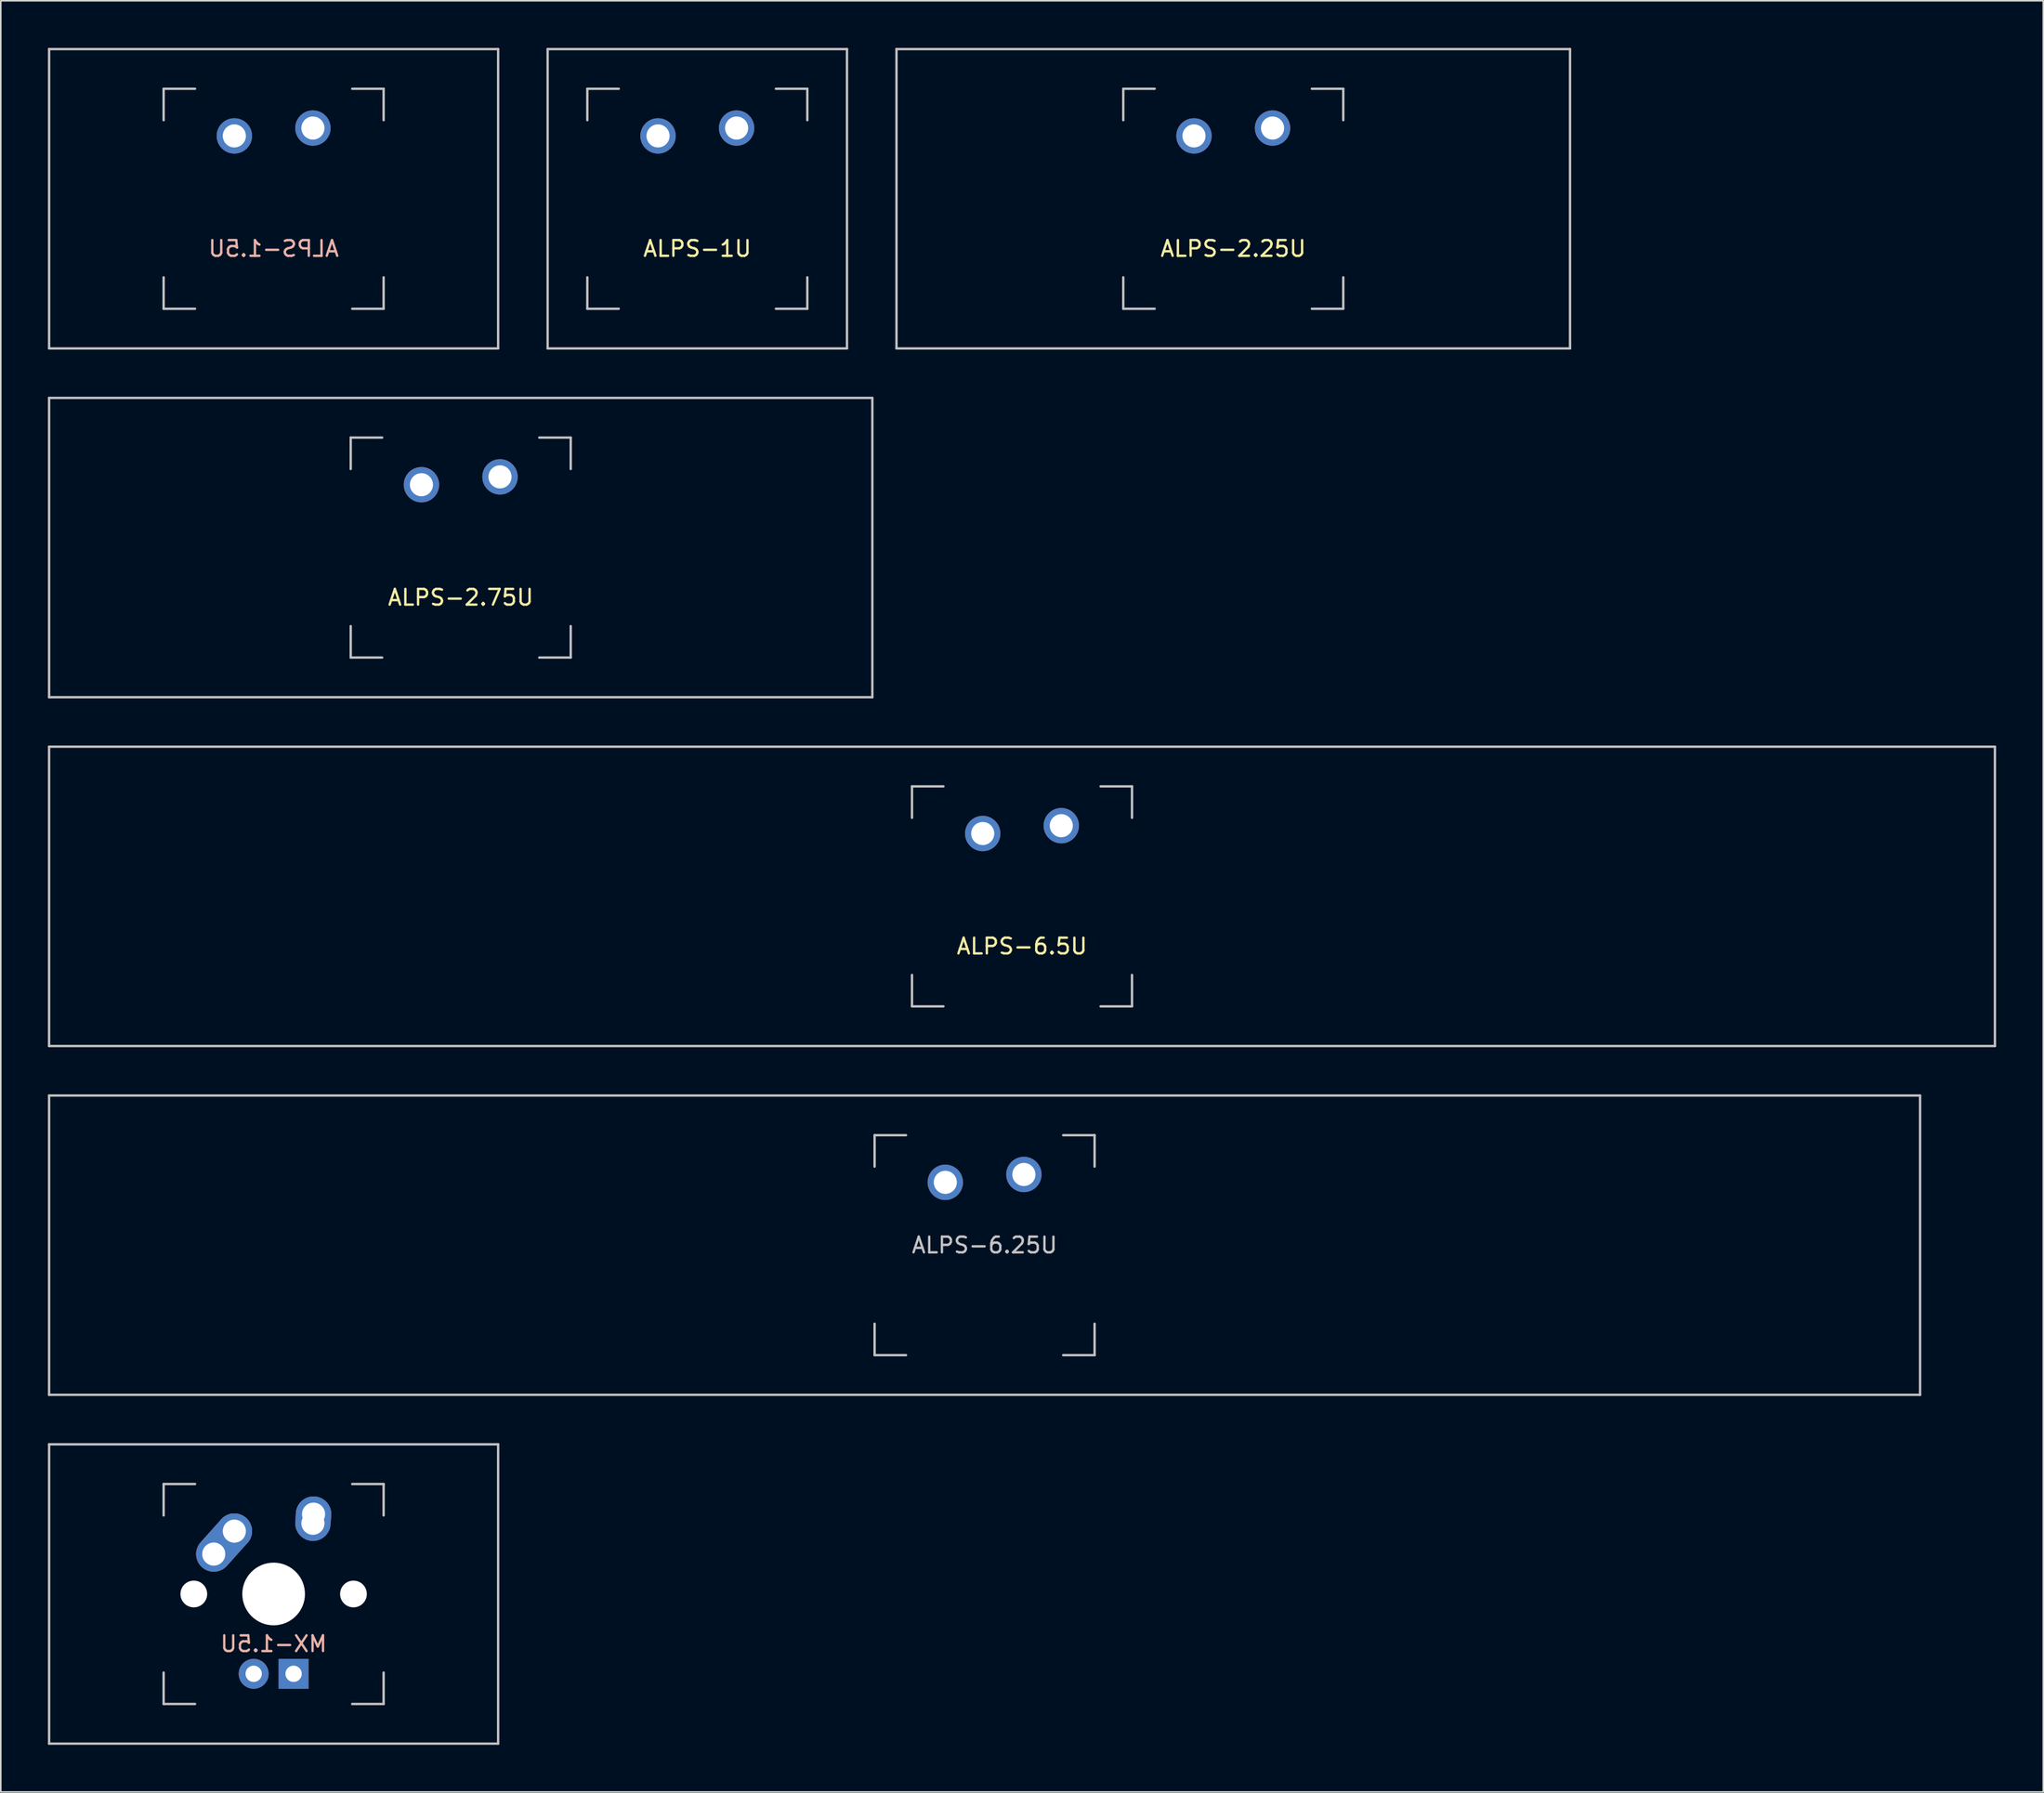
<source format=kicad_pcb>
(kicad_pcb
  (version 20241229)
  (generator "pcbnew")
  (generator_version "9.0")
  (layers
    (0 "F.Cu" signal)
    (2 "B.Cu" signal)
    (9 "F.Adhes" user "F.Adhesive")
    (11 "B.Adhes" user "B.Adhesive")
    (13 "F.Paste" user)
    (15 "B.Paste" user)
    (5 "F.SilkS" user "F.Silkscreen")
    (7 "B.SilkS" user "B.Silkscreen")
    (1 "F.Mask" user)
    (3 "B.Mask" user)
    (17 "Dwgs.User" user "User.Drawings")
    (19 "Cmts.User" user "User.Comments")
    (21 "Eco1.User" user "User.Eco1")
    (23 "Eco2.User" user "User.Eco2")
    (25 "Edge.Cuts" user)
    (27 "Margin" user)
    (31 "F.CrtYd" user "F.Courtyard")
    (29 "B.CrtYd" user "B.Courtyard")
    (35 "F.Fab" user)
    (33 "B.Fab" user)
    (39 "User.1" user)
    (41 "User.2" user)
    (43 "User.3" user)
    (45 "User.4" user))
  (footprint "ALPS-6.25U"
    (layer "F.Cu")
    (at 59.606 76.2)
    (property "Reference" "ALPS-6.25U" (at 0 0 0) (layer "Dwgs.User") (effects (font (size 1 1) (thickness 0.15))))
    (attr through_hole)
    (fp_line (start -59.531 -9.525) (end 59.531 -9.525) (stroke (width 0.15) (type solid)) (layer "Dwgs.User"))
    (fp_line (start -59.531 9.525) (end -59.531 -9.525) (stroke (width 0.15) (type solid)) (layer "Dwgs.User"))
    (fp_line (start -59.531 9.525) (end 59.531 9.525) (stroke (width 0.15) (type solid)) (layer "Dwgs.User"))
    (fp_line (start -7 -7) (end -7 -5) (stroke (width 0.15) (type solid)) (layer "Dwgs.User"))
    (fp_line (start -7 5) (end -7 7) (stroke (width 0.15) (type solid)) (layer "Dwgs.User"))
    (fp_line (start -7 7) (end -5 7) (stroke (width 0.15) (type solid)) (layer "Dwgs.User"))
    (fp_line (start -5 -7) (end -7 -7) (stroke (width 0.15) (type solid)) (layer "Dwgs.User"))
    (fp_line (start 5 -7) (end 7 -7) (stroke (width 0.15) (type solid)) (layer "Dwgs.User"))
    (fp_line (start 5 7) (end 7 7) (stroke (width 0.15) (type solid)) (layer "Dwgs.User"))
    (fp_line (start 7 -7) (end 7 -5) (stroke (width 0.15) (type solid)) (layer "Dwgs.User"))
    (fp_line (start 7 7) (end 7 5) (stroke (width 0.15) (type solid)) (layer "Dwgs.User"))
    (fp_line (start 59.531 -9.525) (end 59.531 9.525) (stroke (width 0.15) (type solid)) (layer "Dwgs.User"))
    (pad "1" thru_hole circle (at -2.5 -4) (size 2.25 2.25) (drill 1.47) (layers "*.Cu" "B.Mask"))
    (pad "2" thru_hole circle (at 2.5 -4.5) (size 2.25 2.25) (drill 1.47) (layers "*.Cu" "B.Mask")))
  (footprint "ALPS-1.5U"
    (layer "F.Cu")
    (at 14.363 9.6)
    (property "Reference" "ALPS-1.5U" (at 0 3.175 0) (layer "B.SilkS") (effects (font (size 1 1) (thickness 0.15)) (justify mirror)))
    (attr through_hole)
    (fp_line (start -14.287 -9.525) (end 14.287 -9.525) (stroke (width 0.15) (type solid)) (layer "Dwgs.User"))
    (fp_line (start -14.287 9.525) (end -14.287 -9.525) (stroke (width 0.15) (type solid)) (layer "Dwgs.User"))
    (fp_line (start -14.287 9.525) (end 14.287 9.525) (stroke (width 0.15) (type solid)) (layer "Dwgs.User"))
    (fp_line (start -7 -7) (end -7 -5) (stroke (width 0.15) (type solid)) (layer "Dwgs.User"))
    (fp_line (start -7 5) (end -7 7) (stroke (width 0.15) (type solid)) (layer "Dwgs.User"))
    (fp_line (start -7 7) (end -5 7) (stroke (width 0.15) (type solid)) (layer "Dwgs.User"))
    (fp_line (start -5 -7) (end -7 -7) (stroke (width 0.15) (type solid)) (layer "Dwgs.User"))
    (fp_line (start 5 -7) (end 7 -7) (stroke (width 0.15) (type solid)) (layer "Dwgs.User"))
    (fp_line (start 5 7) (end 7 7) (stroke (width 0.15) (type solid)) (layer "Dwgs.User"))
    (fp_line (start 7 -7) (end 7 -5) (stroke (width 0.15) (type solid)) (layer "Dwgs.User"))
    (fp_line (start 7 7) (end 7 5) (stroke (width 0.15) (type solid)) (layer "Dwgs.User"))
    (fp_line (start 14.287 -9.525) (end 14.287 9.525) (stroke (width 0.15) (type solid)) (layer "Dwgs.User"))
    (pad "1" thru_hole circle (at -2.5 -4) (size 2.25 2.25) (drill 1.47) (layers "*.Cu" "*.Mask"))
    (pad "2" thru_hole circle (at 2.5 -4.5) (size 2.25 2.25) (drill 1.47) (layers "*.Cu" "*.Mask")))
  (footprint "ALPS-2.25U"
    (layer "F.Cu")
    (at 75.431 9.6)
    (property "Reference" "ALPS-2.25U" (at 0 3.175 0) (layer "F.SilkS") (effects (font (size 1 1) (thickness 0.15))))
    (attr through_hole)
    (fp_line (start -21.431 -9.525) (end 21.431 -9.525) (stroke (width 0.15) (type solid)) (layer "Dwgs.User"))
    (fp_line (start -21.431 9.525) (end -21.431 -9.525) (stroke (width 0.15) (type solid)) (layer "Dwgs.User"))
    (fp_line (start -21.431 9.525) (end 21.431 9.525) (stroke (width 0.15) (type solid)) (layer "Dwgs.User"))
    (fp_line (start -7 -7) (end -7 -5) (stroke (width 0.15) (type solid)) (layer "Dwgs.User"))
    (fp_line (start -7 5) (end -7 7) (stroke (width 0.15) (type solid)) (layer "Dwgs.User"))
    (fp_line (start -7 7) (end -5 7) (stroke (width 0.15) (type solid)) (layer "Dwgs.User"))
    (fp_line (start -5 -7) (end -7 -7) (stroke (width 0.15) (type solid)) (layer "Dwgs.User"))
    (fp_line (start 5 -7) (end 7 -7) (stroke (width 0.15) (type solid)) (layer "Dwgs.User"))
    (fp_line (start 5 7) (end 7 7) (stroke (width 0.15) (type solid)) (layer "Dwgs.User"))
    (fp_line (start 7 -7) (end 7 -5) (stroke (width 0.15) (type solid)) (layer "Dwgs.User"))
    (fp_line (start 7 7) (end 7 5) (stroke (width 0.15) (type solid)) (layer "Dwgs.User"))
    (fp_line (start 21.431 -9.525) (end 21.431 9.525) (stroke (width 0.15) (type solid)) (layer "Dwgs.User"))
    (pad "1" thru_hole circle (at -2.5 -4) (size 2.25 2.25) (drill 1.47) (layers "*.Cu" "*.Mask"))
    (pad "2" thru_hole circle (at 2.5 -4.5) (size 2.25 2.25) (drill 1.47) (layers "*.Cu" "*.Mask")))
  (footprint "ALPS-1U"
    (layer "F.Cu")
    (at 41.325 9.6)
    (property "Reference" "ALPS-1U" (at 0 3.175 0) (layer "F.SilkS") (effects (font (size 1 1) (thickness 0.15))))
    (attr through_hole)
    (fp_line (start -9.525 -9.525) (end 9.525 -9.525) (stroke (width 0.15) (type solid)) (layer "Dwgs.User"))
    (fp_line (start -9.525 9.525) (end -9.525 -9.525) (stroke (width 0.15) (type solid)) (layer "Dwgs.User"))
    (fp_line (start -9.525 9.525) (end 9.525 9.525) (stroke (width 0.15) (type solid)) (layer "Dwgs.User"))
    (fp_line (start -7 -7) (end -7 -5) (stroke (width 0.15) (type solid)) (layer "Dwgs.User"))
    (fp_line (start -7 5) (end -7 7) (stroke (width 0.15) (type solid)) (layer "Dwgs.User"))
    (fp_line (start -7 7) (end -5 7) (stroke (width 0.15) (type solid)) (layer "Dwgs.User"))
    (fp_line (start -5 -7) (end -7 -7) (stroke (width 0.15) (type solid)) (layer "Dwgs.User"))
    (fp_line (start 5 -7) (end 7 -7) (stroke (width 0.15) (type solid)) (layer "Dwgs.User"))
    (fp_line (start 5 7) (end 7 7) (stroke (width 0.15) (type solid)) (layer "Dwgs.User"))
    (fp_line (start 7 -7) (end 7 -5) (stroke (width 0.15) (type solid)) (layer "Dwgs.User"))
    (fp_line (start 7 7) (end 7 5) (stroke (width 0.15) (type solid)) (layer "Dwgs.User"))
    (fp_line (start 9.525 -9.525) (end 9.525 9.525) (stroke (width 0.15) (type solid)) (layer "Dwgs.User"))
    (pad "1" thru_hole circle (at -2.5 -4) (size 2.25 2.25) (drill 1.47) (layers "*.Cu" "*.Mask"))
    (pad "2" thru_hole circle (at 2.5 -4.5) (size 2.25 2.25) (drill 1.47) (layers "*.Cu" "*.Mask")))
  (footprint "ALPS-6.5U"
    (layer "F.Cu")
    (at 61.987 54)
    (property "Reference" "ALPS-6.5U" (at 0 3.175 0) (layer "F.SilkS") (effects (font (size 1 1) (thickness 0.15))))
    (attr through_hole)
    (fp_line (start -61.913 -9.525) (end 61.913 -9.525) (stroke (width 0.15) (type solid)) (layer "Dwgs.User"))
    (fp_line (start -61.913 9.525) (end -61.913 -9.525) (stroke (width 0.15) (type solid)) (layer "Dwgs.User"))
    (fp_line (start -61.913 9.525) (end 61.913 9.525) (stroke (width 0.15) (type solid)) (layer "Dwgs.User"))
    (fp_line (start -7 -7) (end -7 -5) (stroke (width 0.15) (type solid)) (layer "Dwgs.User"))
    (fp_line (start -7 5) (end -7 7) (stroke (width 0.15) (type solid)) (layer "Dwgs.User"))
    (fp_line (start -7 7) (end -5 7) (stroke (width 0.15) (type solid)) (layer "Dwgs.User"))
    (fp_line (start -5 -7) (end -7 -7) (stroke (width 0.15) (type solid)) (layer "Dwgs.User"))
    (fp_line (start 5 -7) (end 7 -7) (stroke (width 0.15) (type solid)) (layer "Dwgs.User"))
    (fp_line (start 5 7) (end 7 7) (stroke (width 0.15) (type solid)) (layer "Dwgs.User"))
    (fp_line (start 7 -7) (end 7 -5) (stroke (width 0.15) (type solid)) (layer "Dwgs.User"))
    (fp_line (start 7 7) (end 7 5) (stroke (width 0.15) (type solid)) (layer "Dwgs.User"))
    (fp_line (start 61.913 -9.525) (end 61.913 9.525) (stroke (width 0.15) (type solid)) (layer "Dwgs.User"))
    (pad "1" thru_hole circle (at -2.5 -4) (size 2.25 2.25) (drill 1.47) (layers "*.Cu" "*.Mask"))
    (pad "2" thru_hole circle (at 2.5 -4.5) (size 2.25 2.25) (drill 1.47) (layers "*.Cu" "*.Mask")))
  (footprint "ALPS-2.75U"
    (layer "F.Cu")
    (at 26.269 31.8)
    (property "Reference" "ALPS-2.75U" (at 0 3.175 0) (layer "F.SilkS") (effects (font (size 1 1) (thickness 0.15))))
    (attr through_hole)
    (fp_line (start -26.194 -9.525) (end 26.194 -9.525) (stroke (width 0.15) (type solid)) (layer "Dwgs.User"))
    (fp_line (start -26.194 9.525) (end -26.194 -9.525) (stroke (width 0.15) (type solid)) (layer "Dwgs.User"))
    (fp_line (start -26.194 9.525) (end 26.194 9.525) (stroke (width 0.15) (type solid)) (layer "Dwgs.User"))
    (fp_line (start -7 -7) (end -7 -5) (stroke (width 0.15) (type solid)) (layer "Dwgs.User"))
    (fp_line (start -7 5) (end -7 7) (stroke (width 0.15) (type solid)) (layer "Dwgs.User"))
    (fp_line (start -7 7) (end -5 7) (stroke (width 0.15) (type solid)) (layer "Dwgs.User"))
    (fp_line (start -5 -7) (end -7 -7) (stroke (width 0.15) (type solid)) (layer "Dwgs.User"))
    (fp_line (start 5 -7) (end 7 -7) (stroke (width 0.15) (type solid)) (layer "Dwgs.User"))
    (fp_line (start 5 7) (end 7 7) (stroke (width 0.15) (type solid)) (layer "Dwgs.User"))
    (fp_line (start 7 -7) (end 7 -5) (stroke (width 0.15) (type solid)) (layer "Dwgs.User"))
    (fp_line (start 7 7) (end 7 5) (stroke (width 0.15) (type solid)) (layer "Dwgs.User"))
    (fp_line (start 26.194 -9.525) (end 26.194 9.525) (stroke (width 0.15) (type solid)) (layer "Dwgs.User"))
    (pad "1" thru_hole circle (at -2.5 -4) (size 2.25 2.25) (drill 1.47) (layers "*.Cu" "*.Mask"))
    (pad "2" thru_hole circle (at 2.5 -4.5) (size 2.25 2.25) (drill 1.47) (layers "*.Cu" "*.Mask")))
  (footprint "MX-1.5U"
    (layer "F.Cu")
    (at 14.363 98.4)
    (property "Reference" "MX-1.5U" (at 0 3.175 0) (layer "B.SilkS") (effects (font (size 1 1) (thickness 0.15)) (justify mirror)))
    (attr through_hole)
    (fp_line (start -14.287 -9.525) (end 14.287 -9.525) (stroke (width 0.15) (type solid)) (layer "Dwgs.User"))
    (fp_line (start -14.287 9.525) (end -14.287 -9.525) (stroke (width 0.15) (type solid)) (layer "Dwgs.User"))
    (fp_line (start -14.287 9.525) (end 14.287 9.525) (stroke (width 0.15) (type solid)) (layer "Dwgs.User"))
    (fp_line (start -7 -7) (end -7 -5) (stroke (width 0.15) (type solid)) (layer "Dwgs.User"))
    (fp_line (start -7 5) (end -7 7) (stroke (width 0.15) (type solid)) (layer "Dwgs.User"))
    (fp_line (start -7 7) (end -5 7) (stroke (width 0.15) (type solid)) (layer "Dwgs.User"))
    (fp_line (start -5 -7) (end -7 -7) (stroke (width 0.15) (type solid)) (layer "Dwgs.User"))
    (fp_line (start 5 -7) (end 7 -7) (stroke (width 0.15) (type solid)) (layer "Dwgs.User"))
    (fp_line (start 5 7) (end 7 7) (stroke (width 0.15) (type solid)) (layer "Dwgs.User"))
    (fp_line (start 7 -7) (end 7 -5) (stroke (width 0.15) (type solid)) (layer "Dwgs.User"))
    (fp_line (start 7 7) (end 7 5) (stroke (width 0.15) (type solid)) (layer "Dwgs.User"))
    (fp_line (start 14.287 -9.525) (end 14.287 9.525) (stroke (width 0.15) (type solid)) (layer "Dwgs.User"))
    (pad "" np_thru_hole circle (at -5.08 0 48.1) (size 1.702 1.702) (drill 1.702) (layers "*.Cu" "*.Mask"))
    (pad "" np_thru_hole circle (at 0 0) (size 3.988 3.988) (drill 3.988) (layers "*.Cu" "*.Mask"))
    (pad "" np_thru_hole circle (at 5.08 0 48.1) (size 1.702 1.702) (drill 1.702) (layers "*.Cu" "*.Mask"))
    (pad "1" thru_hole oval (at -3.81 -2.54 48.1) (size 4.212 2.25) (drill 1.47 (offset 0.981 0)) (layers "*.Cu" "*.Mask"))
    (pad "1" thru_hole circle (at -2.5 -4) (size 2.25 2.25) (drill 1.47) (layers "*.Cu" "*.Mask"))
    (pad "2" thru_hole oval (at 2.5 -4.5 86.055) (size 2.831 2.25) (drill 1.47 (offset 0.291 0)) (layers "*.Cu" "*.Mask"))
    (pad "2" thru_hole circle (at 2.54 -5.08) (size 2.25 2.25) (drill 1.47) (layers "*.Cu" "*.Mask"))
    (pad "3" thru_hole circle (at -1.27 5.08) (size 1.905 1.905) (drill 1.04) (layers "*.Cu" "*.Mask"))
    (pad "4" thru_hole rect (at 1.27 5.08) (size 1.905 1.905) (drill 1.04) (layers "*.Cu" "*.Mask")))
  (gr_rect
    (start -3 -3)
    (end 126.975 111)
    (stroke (width 0.1) (type default))
    (fill no)
    (layer "Edge.Cuts")))
</source>
